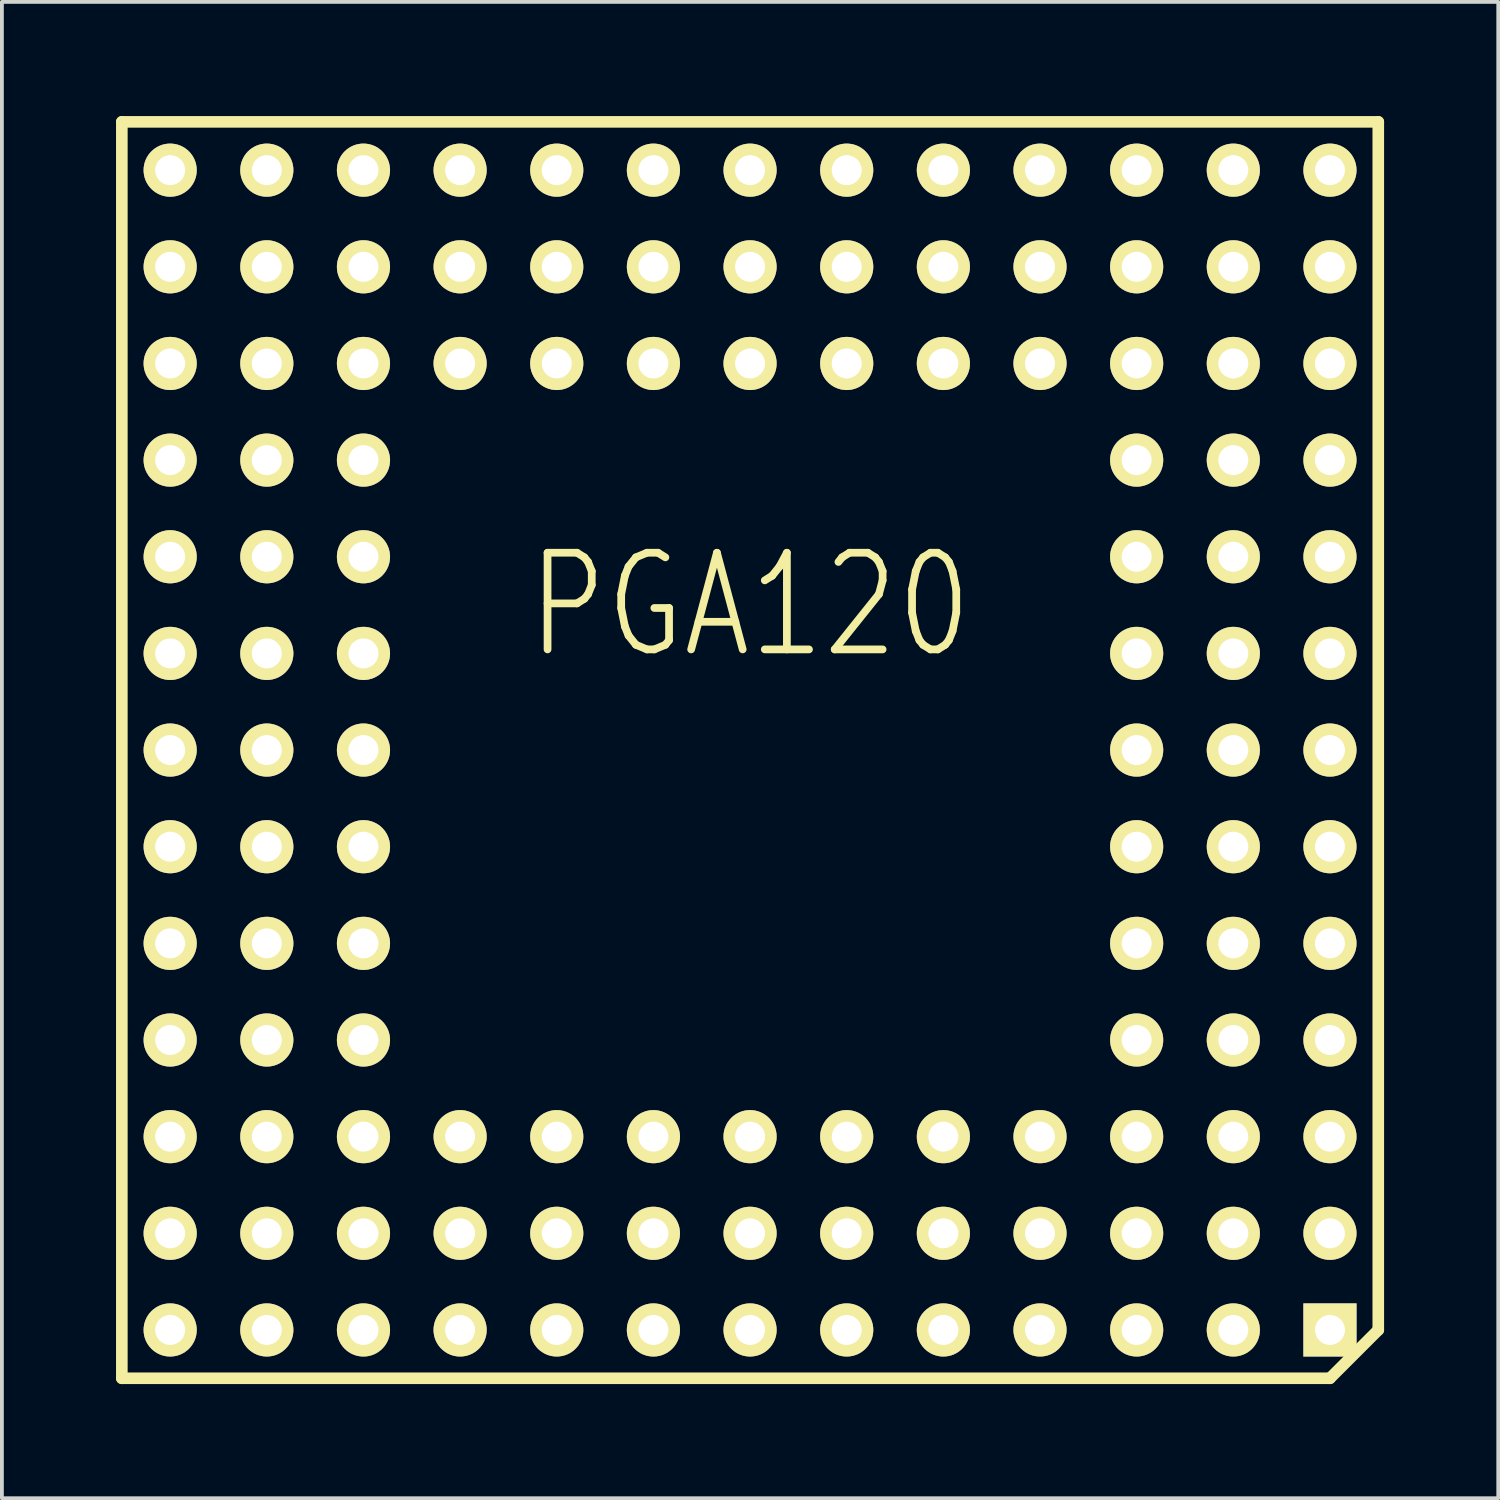
<source format=kicad_pcb>
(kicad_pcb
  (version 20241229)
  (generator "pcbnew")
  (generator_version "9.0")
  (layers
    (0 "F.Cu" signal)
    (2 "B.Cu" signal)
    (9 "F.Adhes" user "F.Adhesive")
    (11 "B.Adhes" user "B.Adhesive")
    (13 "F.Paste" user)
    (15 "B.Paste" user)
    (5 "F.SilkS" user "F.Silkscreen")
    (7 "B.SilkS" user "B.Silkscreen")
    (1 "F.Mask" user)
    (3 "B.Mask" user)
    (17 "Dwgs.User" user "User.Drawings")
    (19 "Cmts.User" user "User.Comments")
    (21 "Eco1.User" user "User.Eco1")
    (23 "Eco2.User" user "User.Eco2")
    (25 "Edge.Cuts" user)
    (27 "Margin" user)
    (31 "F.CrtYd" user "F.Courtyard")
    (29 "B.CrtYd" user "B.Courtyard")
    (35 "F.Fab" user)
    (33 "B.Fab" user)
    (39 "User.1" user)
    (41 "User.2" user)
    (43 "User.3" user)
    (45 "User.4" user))
  (footprint "PGA120"
    (layer "F.Cu")
    (at 16.662 16.662)
    (property "Reference" "PGA120" (at 0 -3.81 0) (layer "F.SilkS") (effects (font (size 2.54 2.032) (thickness 0.203))))
    (attr through_hole)
    (fp_line (start -16.51 -16.51) (end -16.51 16.51) (stroke (width 0.305) (type solid)) (layer "F.SilkS"))
    (fp_line (start -16.51 16.51) (end 15.24 16.51) (stroke (width 0.305) (type solid)) (layer "F.SilkS"))
    (fp_line (start 16.51 -16.51) (end -16.51 -16.51) (stroke (width 0.305) (type solid)) (layer "F.SilkS"))
    (fp_line (start 16.51 15.24) (end 15.24 16.51) (stroke (width 0.305) (type solid)) (layer "F.SilkS"))
    (fp_line (start 16.51 15.24) (end 16.51 -16.51) (stroke (width 0.305) (type solid)) (layer "F.SilkS"))
    (pad "A1" thru_hole rect (at 15.24 15.24) (size 1.397 1.397) (drill 0.787) (layers "*.Cu" "*.Mask" "F.SilkS"))
    (pad "A2" thru_hole circle (at 12.7 15.24) (size 1.397 1.397) (drill 0.787) (layers "*.Cu" "*.Mask" "F.SilkS"))
    (pad "A3" thru_hole circle (at 10.16 15.24) (size 1.397 1.397) (drill 0.787) (layers "*.Cu" "*.Mask" "F.SilkS"))
    (pad "A4" thru_hole circle (at 7.62 15.24) (size 1.397 1.397) (drill 0.787) (layers "*.Cu" "*.Mask" "F.SilkS"))
    (pad "A5" thru_hole circle (at 5.08 15.24) (size 1.397 1.397) (drill 0.787) (layers "*.Cu" "*.Mask" "F.SilkS"))
    (pad "A6" thru_hole circle (at 2.54 15.24) (size 1.397 1.397) (drill 0.787) (layers "*.Cu" "*.Mask" "F.SilkS"))
    (pad "A7" thru_hole circle (at 0 15.24) (size 1.397 1.397) (drill 0.787) (layers "*.Cu" "*.Mask" "F.SilkS"))
    (pad "A8" thru_hole circle (at -2.54 15.24) (size 1.397 1.397) (drill 0.787) (layers "*.Cu" "*.Mask" "F.SilkS"))
    (pad "A9" thru_hole circle (at -5.08 15.24) (size 1.397 1.397) (drill 0.787) (layers "*.Cu" "*.Mask" "F.SilkS"))
    (pad "A10" thru_hole circle (at -7.62 15.24) (size 1.397 1.397) (drill 0.787) (layers "*.Cu" "*.Mask" "F.SilkS"))
    (pad "A11" thru_hole circle (at -10.16 15.24) (size 1.397 1.397) (drill 0.787) (layers "*.Cu" "*.Mask" "F.SilkS"))
    (pad "A12" thru_hole circle (at -12.7 15.24) (size 1.397 1.397) (drill 0.787) (layers "*.Cu" "*.Mask" "F.SilkS"))
    (pad "A13" thru_hole circle (at -15.24 15.24) (size 1.397 1.397) (drill 0.787) (layers "*.Cu" "*.Mask" "F.SilkS"))
    (pad "B1" thru_hole circle (at 15.24 12.7) (size 1.397 1.397) (drill 0.787) (layers "*.Cu" "*.Mask" "F.SilkS"))
    (pad "B2" thru_hole circle (at 12.7 12.7) (size 1.397 1.397) (drill 0.787) (layers "*.Cu" "*.Mask" "F.SilkS"))
    (pad "B3" thru_hole circle (at 10.16 12.7) (size 1.397 1.397) (drill 0.787) (layers "*.Cu" "*.Mask" "F.SilkS"))
    (pad "B4" thru_hole circle (at 7.62 12.7) (size 1.397 1.397) (drill 0.787) (layers "*.Cu" "*.Mask" "F.SilkS"))
    (pad "B5" thru_hole circle (at 5.08 12.7) (size 1.397 1.397) (drill 0.787) (layers "*.Cu" "*.Mask" "F.SilkS"))
    (pad "B6" thru_hole circle (at 2.54 12.7) (size 1.397 1.397) (drill 0.787) (layers "*.Cu" "*.Mask" "F.SilkS"))
    (pad "B7" thru_hole circle (at 0 12.7) (size 1.397 1.397) (drill 0.787) (layers "*.Cu" "*.Mask" "F.SilkS"))
    (pad "B8" thru_hole circle (at -2.54 12.7) (size 1.397 1.397) (drill 0.787) (layers "*.Cu" "*.Mask" "F.SilkS"))
    (pad "B9" thru_hole circle (at -5.08 12.7) (size 1.397 1.397) (drill 0.787) (layers "*.Cu" "*.Mask" "F.SilkS"))
    (pad "B10" thru_hole circle (at -7.62 12.7) (size 1.397 1.397) (drill 0.787) (layers "*.Cu" "*.Mask" "F.SilkS"))
    (pad "B11" thru_hole circle (at -10.16 12.7) (size 1.397 1.397) (drill 0.787) (layers "*.Cu" "*.Mask" "F.SilkS"))
    (pad "B12" thru_hole circle (at -12.7 12.7) (size 1.397 1.397) (drill 0.787) (layers "*.Cu" "*.Mask" "F.SilkS"))
    (pad "B13" thru_hole circle (at -15.24 12.7) (size 1.397 1.397) (drill 0.787) (layers "*.Cu" "*.Mask" "F.SilkS"))
    (pad "C1" thru_hole circle (at 15.24 10.16) (size 1.397 1.397) (drill 0.787) (layers "*.Cu" "*.Mask" "F.SilkS"))
    (pad "C2" thru_hole circle (at 12.7 10.16) (size 1.397 1.397) (drill 0.787) (layers "*.Cu" "*.Mask" "F.SilkS"))
    (pad "C3" thru_hole circle (at 10.16 10.16) (size 1.397 1.397) (drill 0.787) (layers "*.Cu" "*.Mask" "F.SilkS"))
    (pad "C4" thru_hole circle (at 7.62 10.16) (size 1.397 1.397) (drill 0.787) (layers "*.Cu" "*.Mask" "F.SilkS"))
    (pad "C5" thru_hole circle (at 5.08 10.16) (size 1.397 1.397) (drill 0.787) (layers "*.Cu" "*.Mask" "F.SilkS"))
    (pad "C6" thru_hole circle (at 2.54 10.16) (size 1.397 1.397) (drill 0.787) (layers "*.Cu" "*.Mask" "F.SilkS"))
    (pad "C7" thru_hole circle (at 0 10.16) (size 1.397 1.397) (drill 0.787) (layers "*.Cu" "*.Mask" "F.SilkS"))
    (pad "C8" thru_hole circle (at -2.54 10.16) (size 1.397 1.397) (drill 0.787) (layers "*.Cu" "*.Mask" "F.SilkS"))
    (pad "C9" thru_hole circle (at -5.08 10.16) (size 1.397 1.397) (drill 0.787) (layers "*.Cu" "*.Mask" "F.SilkS"))
    (pad "C10" thru_hole circle (at -7.62 10.16) (size 1.397 1.397) (drill 0.787) (layers "*.Cu" "*.Mask" "F.SilkS"))
    (pad "C11" thru_hole circle (at -10.16 10.16) (size 1.397 1.397) (drill 0.787) (layers "*.Cu" "*.Mask" "F.SilkS"))
    (pad "C12" thru_hole circle (at -12.7 10.16) (size 1.397 1.397) (drill 0.787) (layers "*.Cu" "*.Mask" "F.SilkS"))
    (pad "C13" thru_hole circle (at -15.24 10.16) (size 1.397 1.397) (drill 0.787) (layers "*.Cu" "*.Mask" "F.SilkS"))
    (pad "D1" thru_hole circle (at 15.24 7.62) (size 1.397 1.397) (drill 0.787) (layers "*.Cu" "*.Mask" "F.SilkS"))
    (pad "D2" thru_hole circle (at 12.7 7.62) (size 1.397 1.397) (drill 0.787) (layers "*.Cu" "*.Mask" "F.SilkS"))
    (pad "D3" thru_hole circle (at 10.16 7.62) (size 1.397 1.397) (drill 0.787) (layers "*.Cu" "*.Mask" "F.SilkS"))
    (pad "D11" thru_hole circle (at -10.16 7.62) (size 1.397 1.397) (drill 0.787) (layers "*.Cu" "*.Mask" "F.SilkS"))
    (pad "D12" thru_hole circle (at -12.7 7.62) (size 1.397 1.397) (drill 0.787) (layers "*.Cu" "*.Mask" "F.SilkS"))
    (pad "D13" thru_hole circle (at -15.24 7.62) (size 1.397 1.397) (drill 0.787) (layers "*.Cu" "*.Mask" "F.SilkS"))
    (pad "E1" thru_hole circle (at 15.24 5.08) (size 1.397 1.397) (drill 0.787) (layers "*.Cu" "*.Mask" "F.SilkS"))
    (pad "E2" thru_hole circle (at 12.7 5.08) (size 1.397 1.397) (drill 0.787) (layers "*.Cu" "*.Mask" "F.SilkS"))
    (pad "E3" thru_hole circle (at 10.16 5.08) (size 1.397 1.397) (drill 0.787) (layers "*.Cu" "*.Mask" "F.SilkS"))
    (pad "E11" thru_hole circle (at -10.16 5.08) (size 1.397 1.397) (drill 0.787) (layers "*.Cu" "*.Mask" "F.SilkS"))
    (pad "E12" thru_hole circle (at -12.7 5.08) (size 1.397 1.397) (drill 0.787) (layers "*.Cu" "*.Mask" "F.SilkS"))
    (pad "E13" thru_hole circle (at -15.24 5.08) (size 1.397 1.397) (drill 0.787) (layers "*.Cu" "*.Mask" "F.SilkS"))
    (pad "F1" thru_hole circle (at 15.24 2.54) (size 1.397 1.397) (drill 0.787) (layers "*.Cu" "*.Mask" "F.SilkS"))
    (pad "F2" thru_hole circle (at 12.7 2.54) (size 1.397 1.397) (drill 0.787) (layers "*.Cu" "*.Mask" "F.SilkS"))
    (pad "F3" thru_hole circle (at 10.16 2.54) (size 1.397 1.397) (drill 0.787) (layers "*.Cu" "*.Mask" "F.SilkS"))
    (pad "F11" thru_hole circle (at -10.16 2.54) (size 1.397 1.397) (drill 0.787) (layers "*.Cu" "*.Mask" "F.SilkS"))
    (pad "F12" thru_hole circle (at -12.7 2.54) (size 1.397 1.397) (drill 0.787) (layers "*.Cu" "*.Mask" "F.SilkS"))
    (pad "F13" thru_hole circle (at -15.24 2.54) (size 1.397 1.397) (drill 0.787) (layers "*.Cu" "*.Mask" "F.SilkS"))
    (pad "G1" thru_hole circle (at 15.24 0) (size 1.397 1.397) (drill 0.787) (layers "*.Cu" "*.Mask" "F.SilkS"))
    (pad "G2" thru_hole circle (at 12.7 0) (size 1.397 1.397) (drill 0.787) (layers "*.Cu" "*.Mask" "F.SilkS"))
    (pad "G3" thru_hole circle (at 10.16 0) (size 1.397 1.397) (drill 0.787) (layers "*.Cu" "*.Mask" "F.SilkS"))
    (pad "G11" thru_hole circle (at -10.16 0) (size 1.397 1.397) (drill 0.787) (layers "*.Cu" "*.Mask" "F.SilkS"))
    (pad "G12" thru_hole circle (at -12.7 0) (size 1.397 1.397) (drill 0.787) (layers "*.Cu" "*.Mask" "F.SilkS"))
    (pad "G13" thru_hole circle (at -15.24 0) (size 1.397 1.397) (drill 0.787) (layers "*.Cu" "*.Mask" "F.SilkS"))
    (pad "H1" thru_hole circle (at 15.24 -2.54) (size 1.397 1.397) (drill 0.787) (layers "*.Cu" "*.Mask" "F.SilkS"))
    (pad "H2" thru_hole circle (at 12.7 -2.54) (size 1.397 1.397) (drill 0.787) (layers "*.Cu" "*.Mask" "F.SilkS"))
    (pad "H3" thru_hole circle (at 10.16 -2.54) (size 1.397 1.397) (drill 0.787) (layers "*.Cu" "*.Mask" "F.SilkS"))
    (pad "H11" thru_hole circle (at -10.16 -2.54) (size 1.397 1.397) (drill 0.787) (layers "*.Cu" "*.Mask" "F.SilkS"))
    (pad "H12" thru_hole circle (at -12.7 -2.54) (size 1.397 1.397) (drill 0.787) (layers "*.Cu" "*.Mask" "F.SilkS"))
    (pad "H13" thru_hole circle (at -15.24 -2.54) (size 1.397 1.397) (drill 0.787) (layers "*.Cu" "*.Mask" "F.SilkS"))
    (pad "J1" thru_hole circle (at 15.24 -5.08) (size 1.397 1.397) (drill 0.787) (layers "*.Cu" "*.Mask" "F.SilkS"))
    (pad "J2" thru_hole circle (at 12.7 -5.08) (size 1.397 1.397) (drill 0.787) (layers "*.Cu" "*.Mask" "F.SilkS"))
    (pad "J3" thru_hole circle (at 10.16 -5.08) (size 1.397 1.397) (drill 0.787) (layers "*.Cu" "*.Mask" "F.SilkS"))
    (pad "J11" thru_hole circle (at -10.16 -5.08) (size 1.397 1.397) (drill 0.787) (layers "*.Cu" "*.Mask" "F.SilkS"))
    (pad "J12" thru_hole circle (at -12.7 -5.08) (size 1.397 1.397) (drill 0.787) (layers "*.Cu" "*.Mask" "F.SilkS"))
    (pad "J13" thru_hole circle (at -15.24 -5.08) (size 1.397 1.397) (drill 0.787) (layers "*.Cu" "*.Mask" "F.SilkS"))
    (pad "K1" thru_hole circle (at 15.24 -7.62) (size 1.397 1.397) (drill 0.787) (layers "*.Cu" "*.Mask" "F.SilkS"))
    (pad "K2" thru_hole circle (at 12.7 -7.62) (size 1.397 1.397) (drill 0.787) (layers "*.Cu" "*.Mask" "F.SilkS"))
    (pad "K3" thru_hole circle (at 10.16 -7.62) (size 1.397 1.397) (drill 0.787) (layers "*.Cu" "*.Mask" "F.SilkS"))
    (pad "K11" thru_hole circle (at -10.16 -7.62) (size 1.397 1.397) (drill 0.787) (layers "*.Cu" "*.Mask" "F.SilkS"))
    (pad "K12" thru_hole circle (at -12.7 -7.62) (size 1.397 1.397) (drill 0.787) (layers "*.Cu" "*.Mask" "F.SilkS"))
    (pad "K13" thru_hole circle (at -15.24 -7.62) (size 1.397 1.397) (drill 0.787) (layers "*.Cu" "*.Mask" "F.SilkS"))
    (pad "L1" thru_hole circle (at 15.24 -10.16) (size 1.397 1.397) (drill 0.787) (layers "*.Cu" "*.Mask" "F.SilkS"))
    (pad "L2" thru_hole circle (at 12.7 -10.16) (size 1.397 1.397) (drill 0.787) (layers "*.Cu" "*.Mask" "F.SilkS"))
    (pad "L3" thru_hole circle (at 10.16 -10.16) (size 1.397 1.397) (drill 0.787) (layers "*.Cu" "*.Mask" "F.SilkS"))
    (pad "L4" thru_hole circle (at 7.62 -10.16) (size 1.397 1.397) (drill 0.787) (layers "*.Cu" "*.Mask" "F.SilkS"))
    (pad "L5" thru_hole circle (at 5.08 -10.16) (size 1.397 1.397) (drill 0.787) (layers "*.Cu" "*.Mask" "F.SilkS"))
    (pad "L6" thru_hole circle (at 2.54 -10.16) (size 1.397 1.397) (drill 0.787) (layers "*.Cu" "*.Mask" "F.SilkS"))
    (pad "L7" thru_hole circle (at 0 -10.16) (size 1.397 1.397) (drill 0.787) (layers "*.Cu" "*.Mask" "F.SilkS"))
    (pad "L8" thru_hole circle (at -2.54 -10.16) (size 1.397 1.397) (drill 0.787) (layers "*.Cu" "*.Mask" "F.SilkS"))
    (pad "L9" thru_hole circle (at -5.08 -10.16) (size 1.397 1.397) (drill 0.787) (layers "*.Cu" "*.Mask" "F.SilkS"))
    (pad "L10" thru_hole circle (at -7.62 -10.16) (size 1.397 1.397) (drill 0.787) (layers "*.Cu" "*.Mask" "F.SilkS"))
    (pad "L11" thru_hole circle (at -10.16 -10.16) (size 1.397 1.397) (drill 0.787) (layers "*.Cu" "*.Mask" "F.SilkS"))
    (pad "L12" thru_hole circle (at -12.7 -10.16) (size 1.397 1.397) (drill 0.787) (layers "*.Cu" "*.Mask" "F.SilkS"))
    (pad "L13" thru_hole circle (at -15.24 -10.16) (size 1.397 1.397) (drill 0.787) (layers "*.Cu" "*.Mask" "F.SilkS"))
    (pad "M1" thru_hole circle (at 15.24 -12.7) (size 1.397 1.397) (drill 0.787) (layers "*.Cu" "*.Mask" "F.SilkS"))
    (pad "M2" thru_hole circle (at 12.7 -12.7) (size 1.397 1.397) (drill 0.787) (layers "*.Cu" "*.Mask" "F.SilkS"))
    (pad "M3" thru_hole circle (at 10.16 -12.7) (size 1.397 1.397) (drill 0.787) (layers "*.Cu" "*.Mask" "F.SilkS"))
    (pad "M4" thru_hole circle (at 7.62 -12.7) (size 1.397 1.397) (drill 0.787) (layers "*.Cu" "*.Mask" "F.SilkS"))
    (pad "M5" thru_hole circle (at 5.08 -12.7) (size 1.397 1.397) (drill 0.787) (layers "*.Cu" "*.Mask" "F.SilkS"))
    (pad "M6" thru_hole circle (at 2.54 -12.7) (size 1.397 1.397) (drill 0.787) (layers "*.Cu" "*.Mask" "F.SilkS"))
    (pad "M7" thru_hole circle (at 0 -12.7) (size 1.397 1.397) (drill 0.787) (layers "*.Cu" "*.Mask" "F.SilkS"))
    (pad "M8" thru_hole circle (at -2.54 -12.7) (size 1.397 1.397) (drill 0.787) (layers "*.Cu" "*.Mask" "F.SilkS"))
    (pad "M9" thru_hole circle (at -5.08 -12.7) (size 1.397 1.397) (drill 0.787) (layers "*.Cu" "*.Mask" "F.SilkS"))
    (pad "M10" thru_hole circle (at -7.62 -12.7) (size 1.397 1.397) (drill 0.787) (layers "*.Cu" "*.Mask" "F.SilkS"))
    (pad "M11" thru_hole circle (at -10.16 -12.7) (size 1.397 1.397) (drill 0.787) (layers "*.Cu" "*.Mask" "F.SilkS"))
    (pad "M12" thru_hole circle (at -12.7 -12.7) (size 1.397 1.397) (drill 0.787) (layers "*.Cu" "*.Mask" "F.SilkS"))
    (pad "M13" thru_hole circle (at -15.24 -12.7) (size 1.397 1.397) (drill 0.787) (layers "*.Cu" "*.Mask" "F.SilkS"))
    (pad "N1" thru_hole circle (at 15.24 -15.24) (size 1.397 1.397) (drill 0.787) (layers "*.Cu" "*.Mask" "F.SilkS"))
    (pad "N2" thru_hole circle (at 12.7 -15.24) (size 1.397 1.397) (drill 0.787) (layers "*.Cu" "*.Mask" "F.SilkS"))
    (pad "N3" thru_hole circle (at 10.16 -15.24) (size 1.397 1.397) (drill 0.787) (layers "*.Cu" "*.Mask" "F.SilkS"))
    (pad "N4" thru_hole circle (at 7.62 -15.24) (size 1.397 1.397) (drill 0.787) (layers "*.Cu" "*.Mask" "F.SilkS"))
    (pad "N5" thru_hole circle (at 5.08 -15.24) (size 1.397 1.397) (drill 0.787) (layers "*.Cu" "*.Mask" "F.SilkS"))
    (pad "N6" thru_hole circle (at 2.54 -15.24) (size 1.397 1.397) (drill 0.787) (layers "*.Cu" "*.Mask" "F.SilkS"))
    (pad "N7" thru_hole circle (at 0 -15.24) (size 1.397 1.397) (drill 0.787) (layers "*.Cu" "*.Mask" "F.SilkS"))
    (pad "N8" thru_hole circle (at -2.54 -15.24) (size 1.397 1.397) (drill 0.787) (layers "*.Cu" "*.Mask" "F.SilkS"))
    (pad "N9" thru_hole circle (at -5.08 -15.24) (size 1.397 1.397) (drill 0.787) (layers "*.Cu" "*.Mask" "F.SilkS"))
    (pad "N10" thru_hole circle (at -7.62 -15.24) (size 1.397 1.397) (drill 0.787) (layers "*.Cu" "*.Mask" "F.SilkS"))
    (pad "N11" thru_hole circle (at -10.16 -15.24) (size 1.397 1.397) (drill 0.787) (layers "*.Cu" "*.Mask" "F.SilkS"))
    (pad "N12" thru_hole circle (at -12.7 -15.24) (size 1.397 1.397) (drill 0.787) (layers "*.Cu" "*.Mask" "F.SilkS"))
    (pad "N13" thru_hole circle (at -15.24 -15.24) (size 1.397 1.397) (drill 0.787) (layers "*.Cu" "*.Mask" "F.SilkS")))
  (gr_rect
    (start -3 -3)
    (end 36.325 36.325)
    (stroke (width 0.1) (type default))
    (fill no)
    (layer "Edge.Cuts")))
</source>
